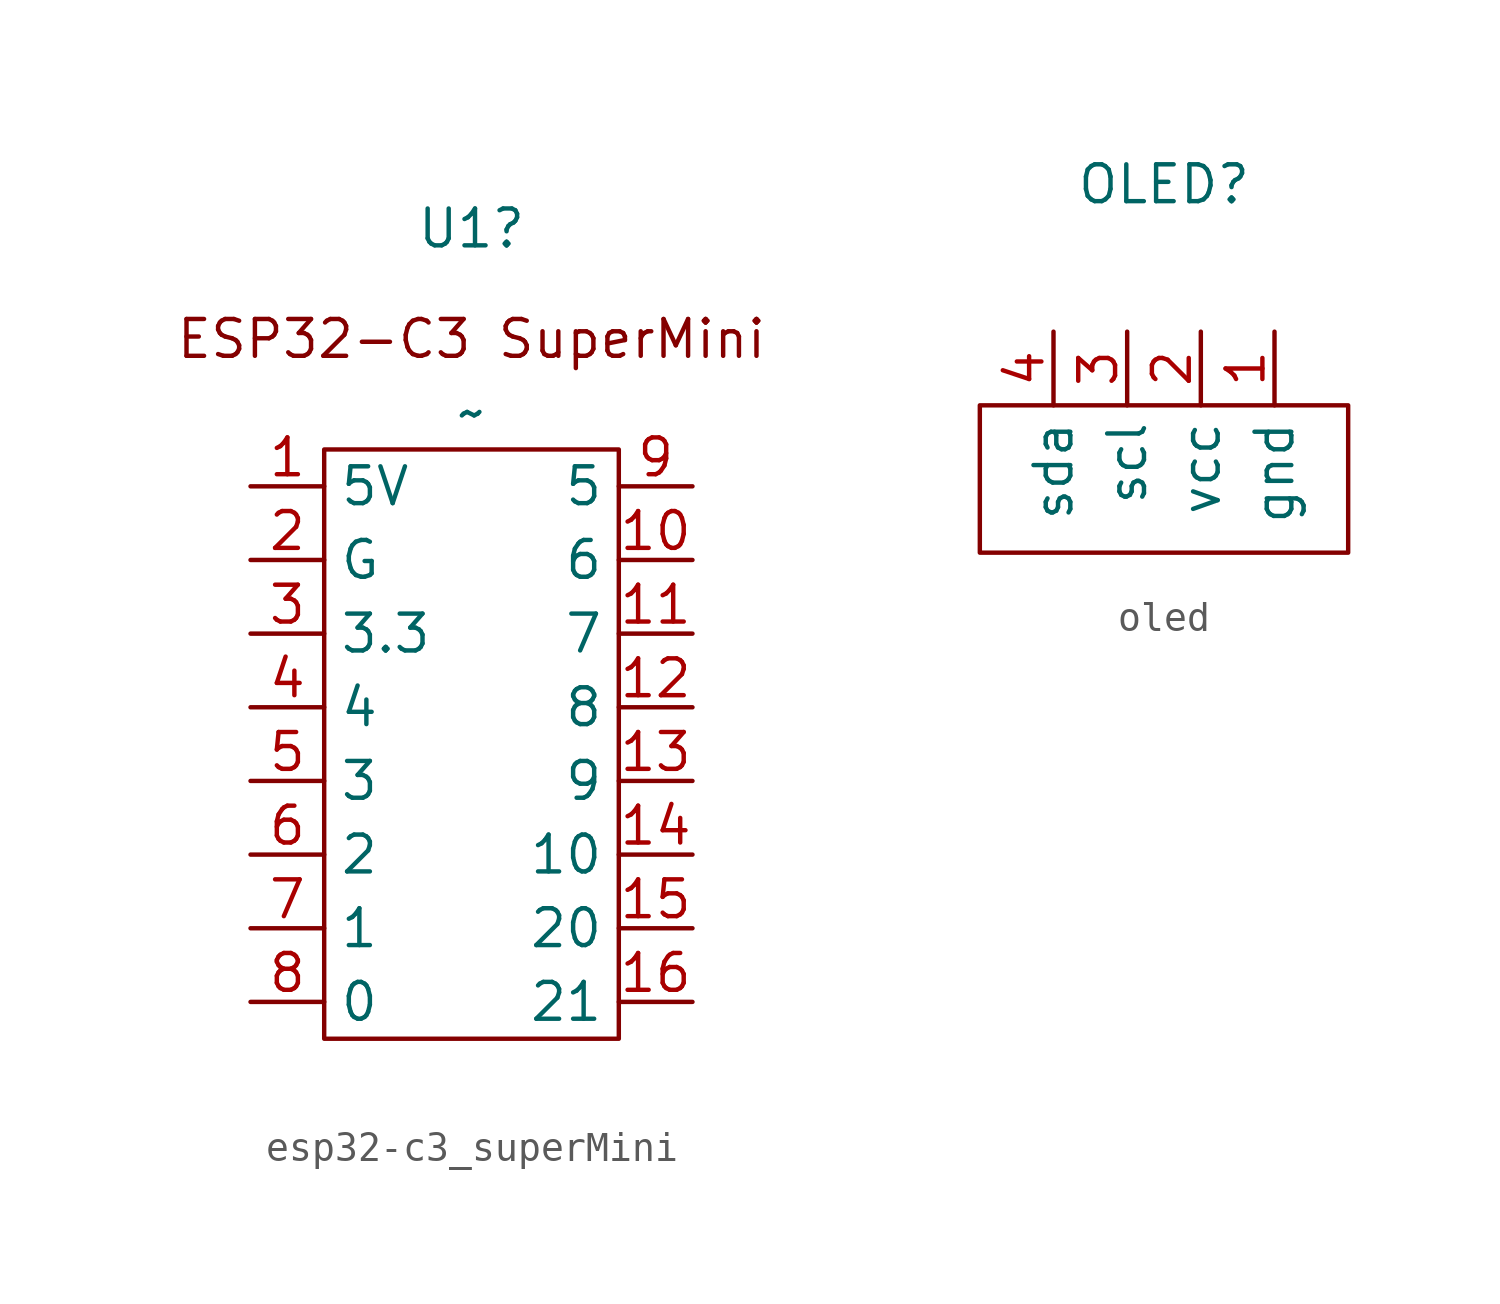
<source format=kicad_sym>
(kicad_symbol_lib
  (version 20220914)
  (generator kicad_symbol_editor)
  (symbol "esp32-c3_superMini"
    (property "Reference" "U1"
      (at 0 6.35 0)
      (effects (font (size 1.27 1.27))))
    (property "Value" "~"
      (at 0 0 0)
      (effects (font (size 1.27 1.27))))
    (symbol "esp32-c3_superMini_0_1"
      (rectangle (start -5.08 -1.27) (end 5.08 -21.59) (stroke (width 0) (type default)) (fill (type none))))
    (symbol "esp32-c3_superMini_1_1"
      (text "ESP32-C3 SuperMini\n" (at 0 2.54 0) (effects (font (size 1.27 1.27))))
      (pin bidirectional line (at -7.62 -2.54 0) (length 2.54) (name "5V" (effects (font (size 1.27 1.27)))) (number "1" (effects (font (size 1.27 1.27)))))
      (pin bidirectional line (at 7.62 -5.08 180) (length 2.54) (name "6" (effects (font (size 1.27 1.27)))) (number "10" (effects (font (size 1.27 1.27)))))
      (pin bidirectional line (at 7.62 -7.62 180) (length 2.54) (name "7" (effects (font (size 1.27 1.27)))) (number "11" (effects (font (size 1.27 1.27)))))
      (pin bidirectional line (at 7.62 -10.16 180) (length 2.54) (name "8" (effects (font (size 1.27 1.27)))) (number "12" (effects (font (size 1.27 1.27)))))
      (pin bidirectional line (at 7.62 -12.7 180) (length 2.54) (name "9" (effects (font (size 1.27 1.27)))) (number "13" (effects (font (size 1.27 1.27)))))
      (pin bidirectional line (at 7.62 -15.24 180) (length 2.54) (name "10" (effects (font (size 1.27 1.27)))) (number "14" (effects (font (size 1.27 1.27)))))
      (pin bidirectional line (at 7.62 -17.78 180) (length 2.54) (name "20" (effects (font (size 1.27 1.27)))) (number "15" (effects (font (size 1.27 1.27)))))
      (pin bidirectional line (at 7.62 -20.32 180) (length 2.54) (name "21" (effects (font (size 1.27 1.27)))) (number "16" (effects (font (size 1.27 1.27)))))
      (pin bidirectional line (at -7.62 -5.08 0) (length 2.54) (name "G" (effects (font (size 1.27 1.27)))) (number "2" (effects (font (size 1.27 1.27)))))
      (pin bidirectional line (at -7.62 -7.62 0) (length 2.54) (name "3.3" (effects (font (size 1.27 1.27)))) (number "3" (effects (font (size 1.27 1.27)))))
      (pin bidirectional line (at -7.62 -10.16 0) (length 2.54) (name "4" (effects (font (size 1.27 1.27)))) (number "4" (effects (font (size 1.27 1.27)))))
      (pin bidirectional line (at -7.62 -12.7 0) (length 2.54) (name "3" (effects (font (size 1.27 1.27)))) (number "5" (effects (font (size 1.27 1.27)))))
      (pin bidirectional line (at -7.62 -15.24 0) (length 2.54) (name "2" (effects (font (size 1.27 1.27)))) (number "6" (effects (font (size 1.27 1.27)))))
      (pin bidirectional line (at -7.62 -17.78 0) (length 2.54) (name "1" (effects (font (size 1.27 1.27)))) (number "7" (effects (font (size 1.27 1.27)))))
      (pin bidirectional line (at -7.62 -20.32 0) (length 2.54) (name "0" (effects (font (size 1.27 1.27)))) (number "8" (effects (font (size 1.27 1.27)))))
      (pin bidirectional line (at 7.62 -2.54 180) (length 2.54) (name "5" (effects (font (size 1.27 1.27)))) (number "9" (effects (font (size 1.27 1.27)))))))
  (symbol "oled"
    (property "Reference" "OLED"
      (at 0 0 0)
      (effects (font (size 1.27 1.27))))
    (property "Value" ""
      (at 0 0 0)
      (effects (font (size 1.27 1.27))))
    (symbol "oled_0_1"
      (rectangle (start -6.35 -7.62) (end 6.35 -12.7) (stroke (width 0) (type default)) (fill (type none))))
    (symbol "oled_1_1"
      (pin input line (at 3.81 -5.08 270) (length 2.54) (name "gnd" (effects (font (size 1.27 1.27)))) (number "1" (effects (font (size 1.27 1.27)))))
      (pin input line (at 1.27 -5.08 270) (length 2.54) (name "vcc" (effects (font (size 1.27 1.27)))) (number "2" (effects (font (size 1.27 1.27)))))
      (pin input line (at -1.27 -5.08 270) (length 2.54) (name "scl" (effects (font (size 1.27 1.27)))) (number "3" (effects (font (size 1.27 1.27)))))
      (pin input line (at -3.81 -5.08 270) (length 2.54) (name "sda" (effects (font (size 1.27 1.27)))) (number "4" (effects (font (size 1.27 1.27))))))))
</source>
